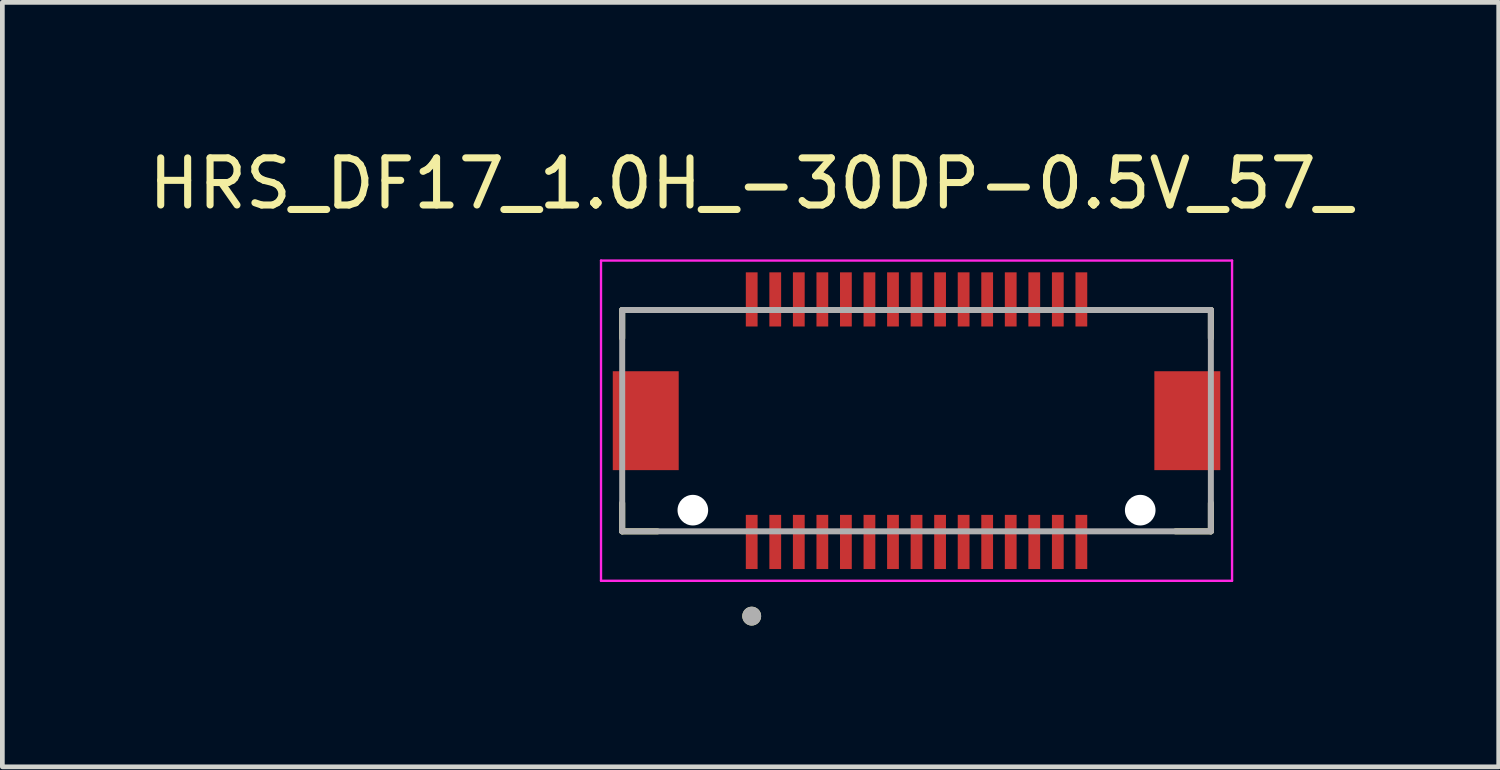
<source format=kicad_pcb>
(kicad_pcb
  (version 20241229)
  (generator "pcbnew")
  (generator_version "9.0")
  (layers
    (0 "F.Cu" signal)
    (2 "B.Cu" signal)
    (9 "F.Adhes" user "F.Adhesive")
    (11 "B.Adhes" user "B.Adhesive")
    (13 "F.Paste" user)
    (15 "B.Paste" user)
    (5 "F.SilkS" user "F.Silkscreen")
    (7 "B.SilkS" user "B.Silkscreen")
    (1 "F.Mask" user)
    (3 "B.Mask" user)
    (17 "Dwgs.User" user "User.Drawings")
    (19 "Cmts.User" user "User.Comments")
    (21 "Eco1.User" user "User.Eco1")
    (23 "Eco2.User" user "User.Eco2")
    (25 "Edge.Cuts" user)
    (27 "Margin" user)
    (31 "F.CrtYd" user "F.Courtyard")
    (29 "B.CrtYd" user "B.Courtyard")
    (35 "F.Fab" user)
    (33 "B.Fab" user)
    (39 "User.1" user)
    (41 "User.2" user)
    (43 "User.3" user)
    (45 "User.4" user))
  (footprint "HRS_DF17_1.0H_-30DP-0.5V_57_"
    (layer "F.Cu")
    (at 16.412 5.883)
    (property "Reference" "HRS_DF17_1.0H_-30DP-0.5V_57_" (at -3.525 -5.035 0) (layer "F.SilkS") (effects (font (size 1 1) (thickness 0.15))))
    (attr smd)
    (fp_line (start -6.25 -2.35) (end -6.25 -1.75) (stroke (width 0.127) (type solid)) (layer "F.SilkS"))
    (fp_line (start -6.25 2.35) (end -6.25 1.75) (stroke (width 0.127) (type solid)) (layer "F.SilkS"))
    (fp_line (start -6.25 2.35) (end -5.5 2.35) (stroke (width 0.127) (type solid)) (layer "F.SilkS"))
    (fp_line (start -3.945 -2.35) (end -6.25 -2.35) (stroke (width 0.127) (type solid)) (layer "F.SilkS"))
    (fp_line (start 5.5 2.35) (end 6.25 2.35) (stroke (width 0.127) (type solid)) (layer "F.SilkS"))
    (fp_line (start 6.25 -2.35) (end 3.945 -2.35) (stroke (width 0.127) (type solid)) (layer "F.SilkS"))
    (fp_line (start 6.25 -2.35) (end 6.25 -1.75) (stroke (width 0.127) (type solid)) (layer "F.SilkS"))
    (fp_line (start 6.25 2.35) (end 6.25 1.75) (stroke (width 0.127) (type solid)) (layer "F.SilkS"))
    (fp_circle (center -3.5 4.15) (end -3.4 4.15) (stroke (width 0.2) (type solid)) (fill no) (layer "F.SilkS"))
    (fp_line (start -6.7 -3.4) (end -6.7 3.4) (stroke (width 0.05) (type solid)) (layer "F.CrtYd"))
    (fp_line (start -6.7 3.4) (end 6.7 3.4) (stroke (width 0.05) (type solid)) (layer "F.CrtYd"))
    (fp_line (start 6.7 -3.4) (end -6.7 -3.4) (stroke (width 0.05) (type solid)) (layer "F.CrtYd"))
    (fp_line (start 6.7 3.4) (end 6.7 -3.4) (stroke (width 0.05) (type solid)) (layer "F.CrtYd"))
    (fp_line (start -6.25 -2.35) (end -6.25 2.35) (stroke (width 0.127) (type solid)) (layer "F.Fab"))
    (fp_line (start -6.25 2.35) (end 6.25 2.35) (stroke (width 0.127) (type solid)) (layer "F.Fab"))
    (fp_line (start 6.25 -2.35) (end -6.25 -2.35) (stroke (width 0.127) (type solid)) (layer "F.Fab"))
    (fp_line (start 6.25 2.35) (end 6.25 -2.35) (stroke (width 0.127) (type solid)) (layer "F.Fab"))
    (fp_circle (center -3.5 4.15) (end -3.4 4.15) (stroke (width 0.2) (type solid)) (fill no) (layer "F.Fab"))
    (pad "" np_thru_hole circle (at -4.75 1.9) (size 0.65 0.65) (drill 0.65) (layers "*.Cu" "*.Mask"))
    (pad "" np_thru_hole circle (at 4.75 1.9) (size 0.65 0.65) (drill 0.65) (layers "*.Cu" "*.Mask"))
    (pad "1" smd rect (at -3.5 2.575) (size 0.25 1.15) (layers "F.Cu" "F.Mask" "F.Paste"))
    (pad "2" smd rect (at -3.5 -2.575) (size 0.25 1.15) (layers "F.Cu" "F.Mask" "F.Paste"))
    (pad "3" smd rect (at -3 2.575) (size 0.25 1.15) (layers "F.Cu" "F.Mask" "F.Paste"))
    (pad "4" smd rect (at -3 -2.575) (size 0.25 1.15) (layers "F.Cu" "F.Mask" "F.Paste"))
    (pad "5" smd rect (at -2.5 2.575) (size 0.25 1.15) (layers "F.Cu" "F.Mask" "F.Paste"))
    (pad "6" smd rect (at -2.5 -2.575) (size 0.25 1.15) (layers "F.Cu" "F.Mask" "F.Paste"))
    (pad "7" smd rect (at -2 2.575) (size 0.25 1.15) (layers "F.Cu" "F.Mask" "F.Paste"))
    (pad "8" smd rect (at -2 -2.575) (size 0.25 1.15) (layers "F.Cu" "F.Mask" "F.Paste"))
    (pad "9" smd rect (at -1.5 2.575) (size 0.25 1.15) (layers "F.Cu" "F.Mask" "F.Paste"))
    (pad "10" smd rect (at -1.5 -2.575) (size 0.25 1.15) (layers "F.Cu" "F.Mask" "F.Paste"))
    (pad "11" smd rect (at -1 2.575) (size 0.25 1.15) (layers "F.Cu" "F.Mask" "F.Paste"))
    (pad "12" smd rect (at -1 -2.575) (size 0.25 1.15) (layers "F.Cu" "F.Mask" "F.Paste"))
    (pad "13" smd rect (at -0.5 2.575) (size 0.25 1.15) (layers "F.Cu" "F.Mask" "F.Paste"))
    (pad "14" smd rect (at -0.5 -2.575) (size 0.25 1.15) (layers "F.Cu" "F.Mask" "F.Paste"))
    (pad "15" smd rect (at 0 2.575) (size 0.25 1.15) (layers "F.Cu" "F.Mask" "F.Paste"))
    (pad "16" smd rect (at 0 -2.575) (size 0.25 1.15) (layers "F.Cu" "F.Mask" "F.Paste"))
    (pad "17" smd rect (at 0.5 2.575) (size 0.25 1.15) (layers "F.Cu" "F.Mask" "F.Paste"))
    (pad "18" smd rect (at 0.5 -2.575) (size 0.25 1.15) (layers "F.Cu" "F.Mask" "F.Paste"))
    (pad "19" smd rect (at 1 2.575) (size 0.25 1.15) (layers "F.Cu" "F.Mask" "F.Paste"))
    (pad "20" smd rect (at 1 -2.575) (size 0.25 1.15) (layers "F.Cu" "F.Mask" "F.Paste"))
    (pad "21" smd rect (at 1.5 2.575) (size 0.25 1.15) (layers "F.Cu" "F.Mask" "F.Paste"))
    (pad "22" smd rect (at 1.5 -2.575) (size 0.25 1.15) (layers "F.Cu" "F.Mask" "F.Paste"))
    (pad "23" smd rect (at 2 2.575) (size 0.25 1.15) (layers "F.Cu" "F.Mask" "F.Paste"))
    (pad "24" smd rect (at 2 -2.575) (size 0.25 1.15) (layers "F.Cu" "F.Mask" "F.Paste"))
    (pad "25" smd rect (at 2.5 2.575) (size 0.25 1.15) (layers "F.Cu" "F.Mask" "F.Paste"))
    (pad "26" smd rect (at 2.5 -2.575) (size 0.25 1.15) (layers "F.Cu" "F.Mask" "F.Paste"))
    (pad "27" smd rect (at 3 2.575) (size 0.25 1.15) (layers "F.Cu" "F.Mask" "F.Paste"))
    (pad "28" smd rect (at 3 -2.575) (size 0.25 1.15) (layers "F.Cu" "F.Mask" "F.Paste"))
    (pad "29" smd rect (at 3.5 2.575) (size 0.25 1.15) (layers "F.Cu" "F.Mask" "F.Paste"))
    (pad "30" smd rect (at 3.5 -2.575) (size 0.25 1.15) (layers "F.Cu" "F.Mask" "F.Paste"))
    (pad "S1" smd rect (at -5.75 0) (size 1.4 2.1) (layers "F.Cu" "F.Mask" "F.Paste"))
    (pad "S2" smd rect (at 5.75 0) (size 1.4 2.1) (layers "F.Cu" "F.Mask" "F.Paste"))
    (zone (net_name "") (layer "F.Cu") (hatch full 0.508) (connect_pads) (min_thickness 0.01) (filled_areas_thickness no) (keepout (tracks not_allowed) (vias not_allowed) (pads not_allowed) (copperpour not_allowed) (footprints allowed)) (placement (enabled no)) (fill) (polygon (pts (xy 11.362 3.883) (xy 21.462 3.883) (xy 21.462 7.883) (xy 11.362 7.883))))
    (zone (net_name "") (layers "F.Cu" "B.Cu") (hatch full 0.508) (connect_pads) (min_thickness 0.01) (filled_areas_thickness no) (keepout (tracks allowed) (vias not_allowed) (pads allowed) (copperpour allowed) (footprints allowed)) (placement (enabled no)) (fill) (polygon (pts (xy 11.362 3.883) (xy 21.462 3.883) (xy 21.462 7.883) (xy 11.362 7.883)))))
  (gr_rect
    (start -3 -3)
    (end 28.774 13.233)
    (stroke (width 0.1) (type default))
    (fill no)
    (layer "Edge.Cuts")))
</source>
